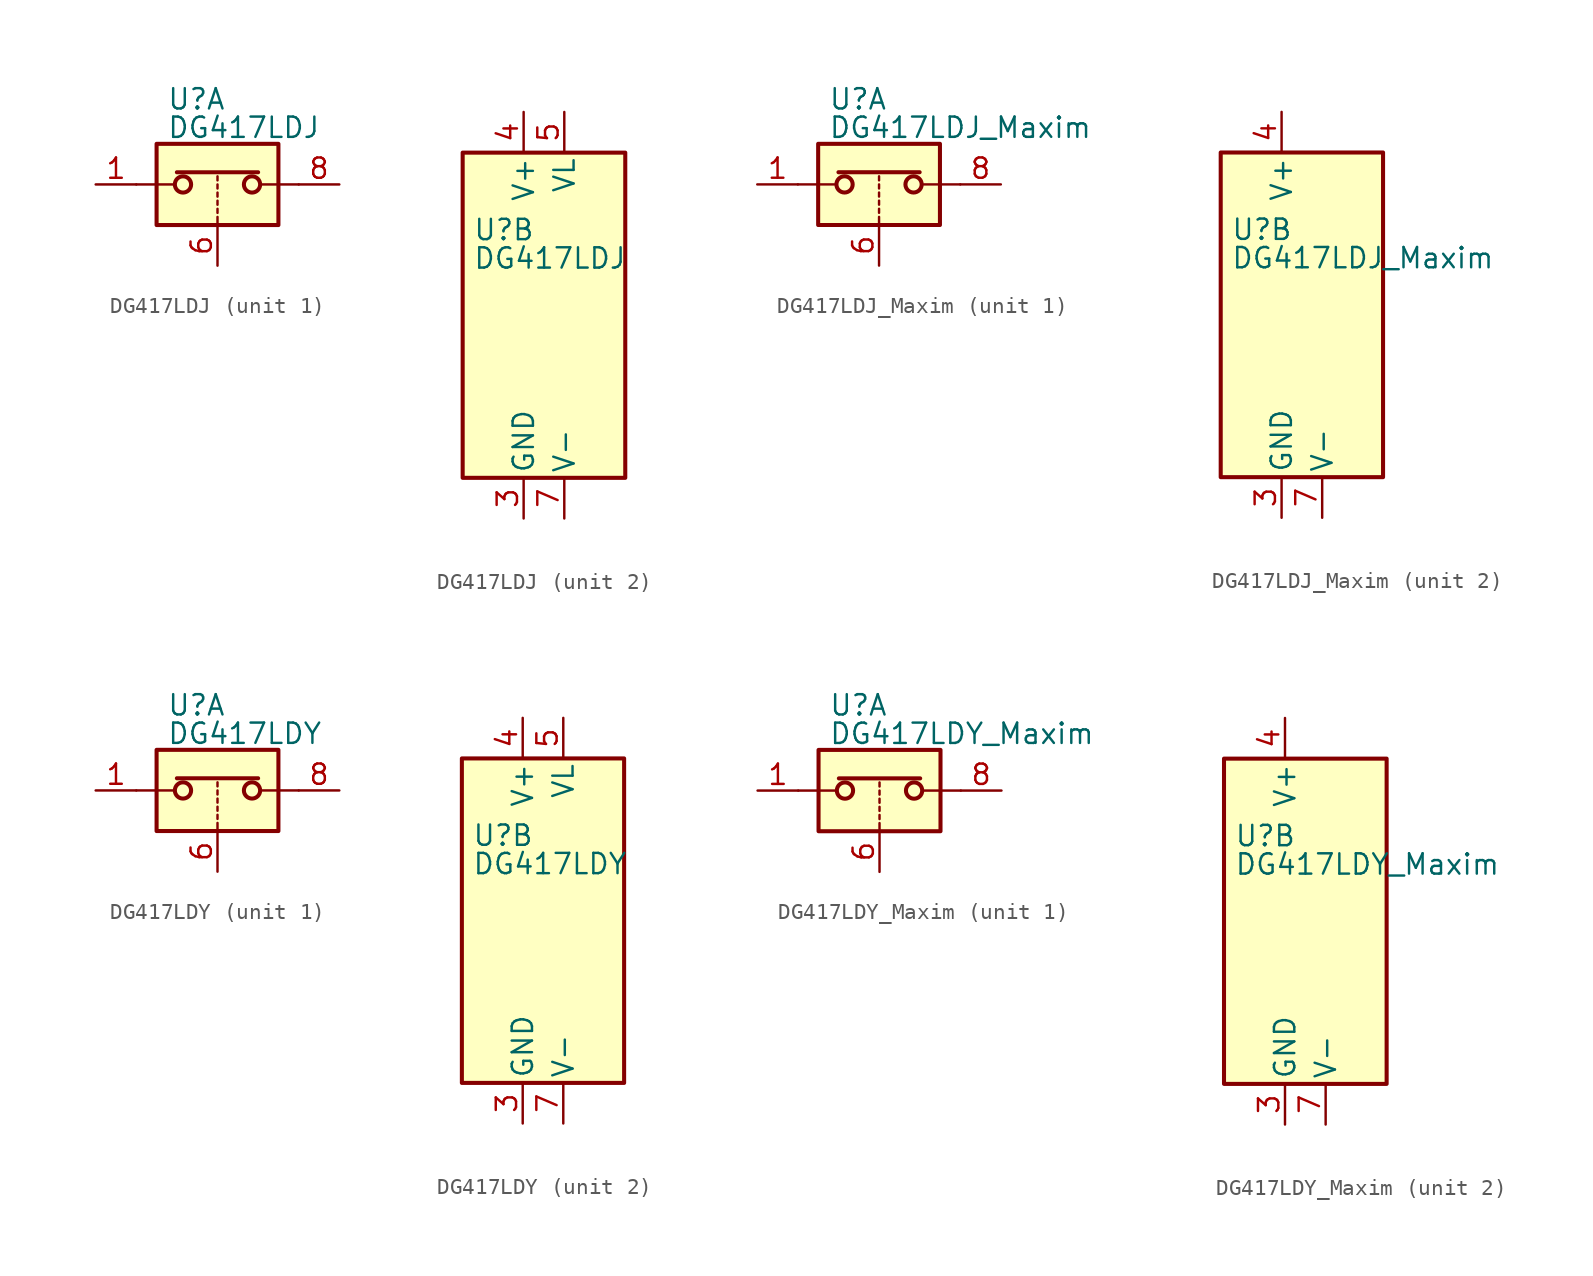
<source format=kicad_sym>
(kicad_symbol_lib
  (version 20201005)
  (generator kicad_symbol_editor)
  (symbol "Analog_Switch:DG417LDJ"
    (pin_names
      (offset 0.254))
    (property "Reference" "U"
      (at -3.175 5.334 0)
      (effects (font (size 1.27 1.27)) (justify left)))
    (property "Value" "DG417LDJ"
      (at -3.175 3.556 0)
      (effects (font (size 1.27 1.27)) (justify left)))
    (symbol "DG417LDJ_1_1"
      (circle (center -2.159 0) (radius 0.508) (stroke (width 0.254)) (fill (type none)))
      (circle (center 2.159 0) (radius 0.508) (stroke (width 0.254)) (fill (type none)))
      (rectangle (start -3.81 2.54) (end 3.81 -2.54) (stroke (width 0.254)) (fill (type background)))
      (polyline (pts (xy -5.08 0) (xy -2.794 0)) (stroke (width 0)) (fill (type none)))
      (polyline (pts (xy -2.54 0.762) (xy 2.54 0.762)) (stroke (width 0.254)) (fill (type none)))
      (polyline (pts (xy 0 -2.54) (xy 0 -2.032)) (stroke (width 0)) (fill (type none)))
      (polyline (pts (xy 0 -1.778) (xy 0 -1.524)) (stroke (width 0)) (fill (type none)))
      (polyline (pts (xy 0 -1.27) (xy 0 -1.016)) (stroke (width 0)) (fill (type none)))
      (polyline (pts (xy 0 -0.762) (xy 0 -0.508)) (stroke (width 0)) (fill (type none)))
      (polyline (pts (xy 0 -0.254) (xy 0 0)) (stroke (width 0)) (fill (type none)))
      (polyline (pts (xy 0 0.254) (xy 0 0.508)) (stroke (width 0)) (fill (type none)))
      (polyline (pts (xy 5.08 0) (xy 2.794 0)) (stroke (width 0)) (fill (type none)))
      (pin passive line (at -7.62 0 0) (length 2.54) (name "~" (effects (font (size 1.27 1.27)))) (number "1" (effects (font (size 1.27 1.27)))))
      (pin input line (at 0 -5.08 90) (length 2.54) (name "~" (effects (font (size 1.27 1.27)))) (number "6" (effects (font (size 1.27 1.27)))))
      (pin passive line (at 7.62 0 180) (length 2.54) (name "~" (effects (font (size 1.27 1.27)))) (number "8" (effects (font (size 1.27 1.27))))))
    (symbol "DG417LDJ_2_0"
      (pin no_connect line (at -2.54 10.16 270) (length 2.54) hide (name "NC" (effects (font (size 1.27 1.27)))) (number "2" (effects (font (size 1.27 1.27)))))
      (pin power_in line (at 0 -12.7 90) (length 2.54) (name "GND" (effects (font (size 1.27 1.27)))) (number "3" (effects (font (size 1.27 1.27)))))
      (pin power_in line (at 0 12.7 270) (length 2.54) (name "V+" (effects (font (size 1.27 1.27)))) (number "4" (effects (font (size 1.27 1.27)))))
      (pin power_in line (at 2.54 12.7 270) (length 2.54) (name "VL" (effects (font (size 1.27 1.27)))) (number "5" (effects (font (size 1.27 1.27)))))
      (pin power_in line (at 2.54 -12.7 90) (length 2.54) (name "V-" (effects (font (size 1.27 1.27)))) (number "7" (effects (font (size 1.27 1.27))))))
    (symbol "DG417LDJ_2_1"
      (rectangle (start -3.81 10.16) (end 6.35 -10.16) (stroke (width 0.254)) (fill (type background)))))
  (symbol "Analog_Switch:DG417LDJ_Maxim"
    (pin_names
      (offset 0.254))
    (property "Reference" "U"
      (at -3.175 5.334 0)
      (effects (font (size 1.27 1.27)) (justify left)))
    (property "Value" "DG417LDJ_Maxim"
      (at -3.175 3.556 0)
      (effects (font (size 1.27 1.27)) (justify left)))
    (symbol "DG417LDJ_Maxim_1_1"
      (circle (center -2.159 0) (radius 0.508) (stroke (width 0.254)) (fill (type none)))
      (circle (center 2.159 0) (radius 0.508) (stroke (width 0.254)) (fill (type none)))
      (rectangle (start -3.81 2.54) (end 3.81 -2.54) (stroke (width 0.254)) (fill (type background)))
      (polyline (pts (xy -5.08 0) (xy -2.794 0)) (stroke (width 0)) (fill (type none)))
      (polyline (pts (xy -2.54 0.762) (xy 2.54 0.762)) (stroke (width 0.254)) (fill (type none)))
      (polyline (pts (xy 0 -2.54) (xy 0 -2.032)) (stroke (width 0)) (fill (type none)))
      (polyline (pts (xy 0 -1.778) (xy 0 -1.524)) (stroke (width 0)) (fill (type none)))
      (polyline (pts (xy 0 -1.27) (xy 0 -1.016)) (stroke (width 0)) (fill (type none)))
      (polyline (pts (xy 0 -0.762) (xy 0 -0.508)) (stroke (width 0)) (fill (type none)))
      (polyline (pts (xy 0 -0.254) (xy 0 0)) (stroke (width 0)) (fill (type none)))
      (polyline (pts (xy 0 0.254) (xy 0 0.508)) (stroke (width 0)) (fill (type none)))
      (polyline (pts (xy 5.08 0) (xy 2.794 0)) (stroke (width 0)) (fill (type none)))
      (pin passive line (at -7.62 0 0) (length 2.54) (name "~" (effects (font (size 1.27 1.27)))) (number "1" (effects (font (size 1.27 1.27)))))
      (pin input line (at 0 -5.08 90) (length 2.54) (name "~" (effects (font (size 1.27 1.27)))) (number "6" (effects (font (size 1.27 1.27)))))
      (pin passive line (at 7.62 0 180) (length 2.54) (name "~" (effects (font (size 1.27 1.27)))) (number "8" (effects (font (size 1.27 1.27))))))
    (symbol "DG417LDJ_Maxim_2_0"
      (pin no_connect line (at -2.54 10.16 270) (length 2.54) hide (name "NC" (effects (font (size 1.27 1.27)))) (number "2" (effects (font (size 1.27 1.27)))))
      (pin power_in line (at 0 -12.7 90) (length 2.54) (name "GND" (effects (font (size 1.27 1.27)))) (number "3" (effects (font (size 1.27 1.27)))))
      (pin power_in line (at 0 12.7 270) (length 2.54) (name "V+" (effects (font (size 1.27 1.27)))) (number "4" (effects (font (size 1.27 1.27)))))
      (pin no_connect line (at 2.54 10.16 270) (length 2.54) hide (name "NC" (effects (font (size 1.27 1.27)))) (number "5" (effects (font (size 1.27 1.27)))))
      (pin power_in line (at 2.54 -12.7 90) (length 2.54) (name "V-" (effects (font (size 1.27 1.27)))) (number "7" (effects (font (size 1.27 1.27))))))
    (symbol "DG417LDJ_Maxim_2_1"
      (rectangle (start -3.81 10.16) (end 6.35 -10.16) (stroke (width 0.254)) (fill (type background)))))
  (symbol "Analog_Switch:DG417LDY"
    (pin_names
      (offset 0.254))
    (property "Reference" "U"
      (at -3.175 5.334 0)
      (effects (font (size 1.27 1.27)) (justify left)))
    (property "Value" "DG417LDY"
      (at -3.175 3.556 0)
      (effects (font (size 1.27 1.27)) (justify left)))
    (symbol "DG417LDY_1_1"
      (circle (center -2.159 0) (radius 0.508) (stroke (width 0.254)) (fill (type none)))
      (circle (center 2.159 0) (radius 0.508) (stroke (width 0.254)) (fill (type none)))
      (rectangle (start -3.81 2.54) (end 3.81 -2.54) (stroke (width 0.254)) (fill (type background)))
      (polyline (pts (xy -5.08 0) (xy -2.794 0)) (stroke (width 0)) (fill (type none)))
      (polyline (pts (xy -2.54 0.762) (xy 2.54 0.762)) (stroke (width 0.254)) (fill (type none)))
      (polyline (pts (xy 0 -2.54) (xy 0 -2.032)) (stroke (width 0)) (fill (type none)))
      (polyline (pts (xy 0 -1.778) (xy 0 -1.524)) (stroke (width 0)) (fill (type none)))
      (polyline (pts (xy 0 -1.27) (xy 0 -1.016)) (stroke (width 0)) (fill (type none)))
      (polyline (pts (xy 0 -0.762) (xy 0 -0.508)) (stroke (width 0)) (fill (type none)))
      (polyline (pts (xy 0 -0.254) (xy 0 0)) (stroke (width 0)) (fill (type none)))
      (polyline (pts (xy 0 0.254) (xy 0 0.508)) (stroke (width 0)) (fill (type none)))
      (polyline (pts (xy 5.08 0) (xy 2.794 0)) (stroke (width 0)) (fill (type none)))
      (pin passive line (at -7.62 0 0) (length 2.54) (name "~" (effects (font (size 1.27 1.27)))) (number "1" (effects (font (size 1.27 1.27)))))
      (pin input line (at 0 -5.08 90) (length 2.54) (name "~" (effects (font (size 1.27 1.27)))) (number "6" (effects (font (size 1.27 1.27)))))
      (pin passive line (at 7.62 0 180) (length 2.54) (name "~" (effects (font (size 1.27 1.27)))) (number "8" (effects (font (size 1.27 1.27))))))
    (symbol "DG417LDY_2_0"
      (pin no_connect line (at -2.54 10.16 270) (length 2.54) hide (name "NC" (effects (font (size 1.27 1.27)))) (number "2" (effects (font (size 1.27 1.27)))))
      (pin power_in line (at 0 -12.7 90) (length 2.54) (name "GND" (effects (font (size 1.27 1.27)))) (number "3" (effects (font (size 1.27 1.27)))))
      (pin power_in line (at 0 12.7 270) (length 2.54) (name "V+" (effects (font (size 1.27 1.27)))) (number "4" (effects (font (size 1.27 1.27)))))
      (pin power_in line (at 2.54 12.7 270) (length 2.54) (name "VL" (effects (font (size 1.27 1.27)))) (number "5" (effects (font (size 1.27 1.27)))))
      (pin power_in line (at 2.54 -12.7 90) (length 2.54) (name "V-" (effects (font (size 1.27 1.27)))) (number "7" (effects (font (size 1.27 1.27))))))
    (symbol "DG417LDY_2_1"
      (rectangle (start -3.81 10.16) (end 6.35 -10.16) (stroke (width 0.254)) (fill (type background)))))
  (symbol "Analog_Switch:DG417LDY_Maxim"
    (pin_names
      (offset 0.254))
    (property "Reference" "U"
      (at -3.175 5.334 0)
      (effects (font (size 1.27 1.27)) (justify left)))
    (property "Value" "DG417LDY_Maxim"
      (at -3.175 3.556 0)
      (effects (font (size 1.27 1.27)) (justify left)))
    (symbol "DG417LDY_Maxim_1_1"
      (circle (center -2.159 0) (radius 0.508) (stroke (width 0.254)) (fill (type none)))
      (circle (center 2.159 0) (radius 0.508) (stroke (width 0.254)) (fill (type none)))
      (rectangle (start -3.81 2.54) (end 3.81 -2.54) (stroke (width 0.254)) (fill (type background)))
      (polyline (pts (xy -5.08 0) (xy -2.794 0)) (stroke (width 0)) (fill (type none)))
      (polyline (pts (xy -2.54 0.762) (xy 2.54 0.762)) (stroke (width 0.254)) (fill (type none)))
      (polyline (pts (xy 0 -2.54) (xy 0 -2.032)) (stroke (width 0)) (fill (type none)))
      (polyline (pts (xy 0 -1.778) (xy 0 -1.524)) (stroke (width 0)) (fill (type none)))
      (polyline (pts (xy 0 -1.27) (xy 0 -1.016)) (stroke (width 0)) (fill (type none)))
      (polyline (pts (xy 0 -0.762) (xy 0 -0.508)) (stroke (width 0)) (fill (type none)))
      (polyline (pts (xy 0 -0.254) (xy 0 0)) (stroke (width 0)) (fill (type none)))
      (polyline (pts (xy 0 0.254) (xy 0 0.508)) (stroke (width 0)) (fill (type none)))
      (polyline (pts (xy 5.08 0) (xy 2.794 0)) (stroke (width 0)) (fill (type none)))
      (pin passive line (at -7.62 0 0) (length 2.54) (name "~" (effects (font (size 1.27 1.27)))) (number "1" (effects (font (size 1.27 1.27)))))
      (pin input line (at 0 -5.08 90) (length 2.54) (name "~" (effects (font (size 1.27 1.27)))) (number "6" (effects (font (size 1.27 1.27)))))
      (pin passive line (at 7.62 0 180) (length 2.54) (name "~" (effects (font (size 1.27 1.27)))) (number "8" (effects (font (size 1.27 1.27))))))
    (symbol "DG417LDY_Maxim_2_0"
      (pin no_connect line (at -2.54 10.16 270) (length 2.54) hide (name "NC" (effects (font (size 1.27 1.27)))) (number "2" (effects (font (size 1.27 1.27)))))
      (pin power_in line (at 0 -12.7 90) (length 2.54) (name "GND" (effects (font (size 1.27 1.27)))) (number "3" (effects (font (size 1.27 1.27)))))
      (pin power_in line (at 0 12.7 270) (length 2.54) (name "V+" (effects (font (size 1.27 1.27)))) (number "4" (effects (font (size 1.27 1.27)))))
      (pin no_connect line (at 2.54 10.16 270) (length 2.54) hide (name "NC" (effects (font (size 1.27 1.27)))) (number "5" (effects (font (size 1.27 1.27)))))
      (pin power_in line (at 2.54 -12.7 90) (length 2.54) (name "V-" (effects (font (size 1.27 1.27)))) (number "7" (effects (font (size 1.27 1.27))))))
    (symbol "DG417LDY_Maxim_2_1"
      (rectangle (start -3.81 10.16) (end 6.35 -10.16) (stroke (width 0.254)) (fill (type background))))))
</source>
